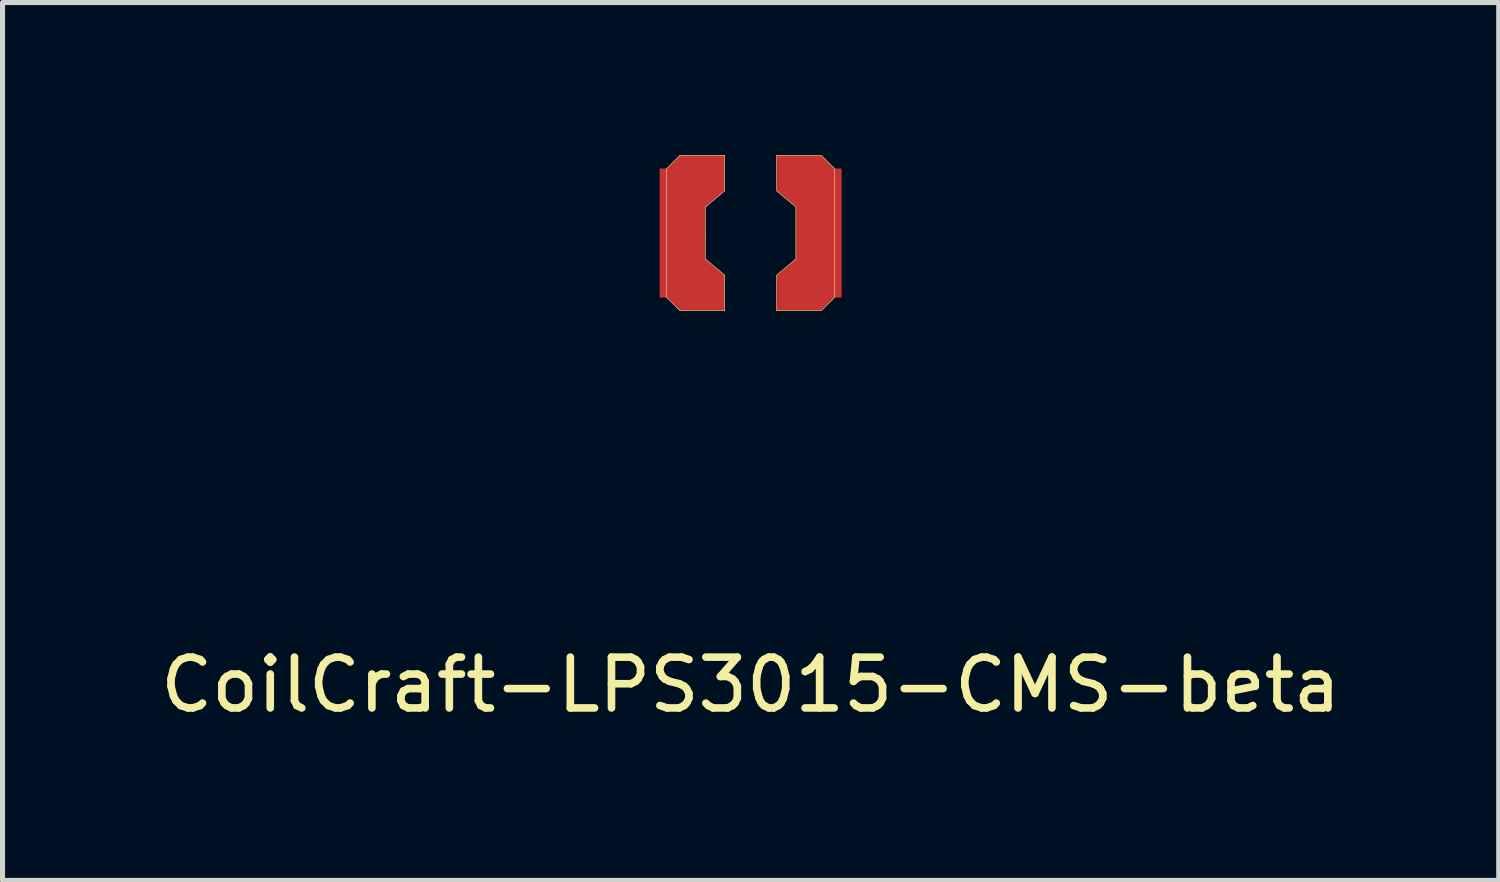
<source format=kicad_pcb>
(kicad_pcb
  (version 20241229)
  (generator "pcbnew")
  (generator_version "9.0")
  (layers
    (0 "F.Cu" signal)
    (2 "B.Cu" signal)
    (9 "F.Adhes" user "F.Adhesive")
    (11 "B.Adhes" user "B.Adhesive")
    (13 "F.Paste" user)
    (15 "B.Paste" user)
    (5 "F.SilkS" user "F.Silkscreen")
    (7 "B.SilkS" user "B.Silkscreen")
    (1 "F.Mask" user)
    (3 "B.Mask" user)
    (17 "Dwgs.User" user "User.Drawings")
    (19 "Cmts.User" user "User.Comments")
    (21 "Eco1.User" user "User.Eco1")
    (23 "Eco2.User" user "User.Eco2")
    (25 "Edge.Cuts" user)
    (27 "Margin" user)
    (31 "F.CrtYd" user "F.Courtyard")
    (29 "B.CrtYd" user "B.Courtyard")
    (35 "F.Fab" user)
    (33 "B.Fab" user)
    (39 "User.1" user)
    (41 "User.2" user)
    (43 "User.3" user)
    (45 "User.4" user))
  (footprint "CoilCraft-LPS3015-CMS-beta"
    (layer "F.Cu")
    (at 11.72 1.535)
    (property "Reference" "CoilCraft-LPS3015-CMS-beta" (at 0 8.89 0) (layer "F.SilkS") (effects (font (size 1 1) (thickness 0.15))))
    (attr through_hole)
    (fp_line (start -1.65 -1.27) (end -1.39 -1.53) (stroke (width 0.01) (type solid)) (layer "F.SilkS"))
    (fp_line (start -1.65 -0.13) (end -1.65 -1.27) (stroke (width 0.01) (type solid)) (layer "F.SilkS"))
    (fp_line (start -1.65 0) (end -1.65 -0.13) (stroke (width 0.01) (type solid)) (layer "F.SilkS"))
    (fp_line (start -1.65 0) (end -1.65 1.27) (stroke (width 0.01) (type solid)) (layer "F.SilkS"))
    (fp_line (start -1.65 1.27) (end -1.39 1.53) (stroke (width 0.01) (type solid)) (layer "F.SilkS"))
    (fp_line (start -1.39 -1.53) (end -0.51 -1.53) (stroke (width 0.01) (type solid)) (layer "F.SilkS"))
    (fp_line (start -0.89 -0.51) (end -0.51 -0.83) (stroke (width 0.01) (type solid)) (layer "F.SilkS"))
    (fp_line (start -0.89 0) (end -0.89 -0.51) (stroke (width 0.01) (type solid)) (layer "F.SilkS"))
    (fp_line (start -0.89 0) (end -0.89 0.51) (stroke (width 0.01) (type solid)) (layer "F.SilkS"))
    (fp_line (start -0.89 0.51) (end -0.51 0.83) (stroke (width 0.01) (type solid)) (layer "F.SilkS"))
    (fp_line (start -0.51 -0.83) (end -0.51 -1.53) (stroke (width 0.01) (type solid)) (layer "F.SilkS"))
    (fp_line (start -0.51 0.83) (end -0.51 1.53) (stroke (width 0.01) (type solid)) (layer "F.SilkS"))
    (fp_line (start -0.51 1.53) (end -1.39 1.53) (stroke (width 0.01) (type solid)) (layer "F.SilkS"))
    (fp_line (start 0.51 -0.83) (end 0.51 -1.53) (stroke (width 0.01) (type solid)) (layer "F.SilkS"))
    (fp_line (start 0.51 0.83) (end 0.51 1.53) (stroke (width 0.01) (type solid)) (layer "F.SilkS"))
    (fp_line (start 0.51 0.83) (end 0.89 0.51) (stroke (width 0.01) (type solid)) (layer "F.SilkS"))
    (fp_line (start 0.89 -0.51) (end 0.51 -0.83) (stroke (width 0.01) (type solid)) (layer "F.SilkS"))
    (fp_line (start 0.89 0) (end 0.89 -0.51) (stroke (width 0.01) (type solid)) (layer "F.SilkS"))
    (fp_line (start 0.89 0) (end 0.89 0.51) (stroke (width 0.01) (type solid)) (layer "F.SilkS"))
    (fp_line (start 1.39 -1.53) (end 0.51 -1.53) (stroke (width 0.01) (type solid)) (layer "F.SilkS"))
    (fp_line (start 1.39 1.53) (end 0.51 1.53) (stroke (width 0.01) (type solid)) (layer "F.SilkS"))
    (fp_line (start 1.65 -1.27) (end 1.39 -1.53) (stroke (width 0.01) (type solid)) (layer "F.SilkS"))
    (fp_line (start 1.65 0) (end 1.65 -1.27) (stroke (width 0.01) (type solid)) (layer "F.SilkS"))
    (fp_line (start 1.65 0) (end 1.65 1.27) (stroke (width 0.01) (type solid)) (layer "F.SilkS"))
    (fp_line (start 1.65 1.27) (end 1.39 1.53) (stroke (width 0.01) (type solid)) (layer "F.SilkS"))
    (pad "1" smd rect (at -1.39 -1.27 45) (size 0.364 0.364) (layers "F.Cu" "F.Mask" "F.Paste"))
    (pad "1" smd rect (at -1.39 1.27 45) (size 0.364 0.364) (layers "F.Cu" "F.Mask" "F.Paste"))
    (pad "1" smd rect (at -1.34 0) (size 0.9 2.54) (layers "F.Cu" "F.Mask" "F.Paste"))
    (pad "1" smd rect (at -0.95 -1.18) (size 0.88 0.7) (layers "F.Cu" "F.Mask" "F.Paste"))
    (pad "1" smd rect (at -0.95 1.18) (size 0.88 0.7) (layers "F.Cu" "F.Mask" "F.Paste"))
    (pad "1" smd rect (at -0.79 -0.76 40.1) (size 0.511 0.25) (layers "F.Cu" "F.Mask" "F.Paste"))
    (pad "1" smd rect (at -0.79 0.76 319.9) (size 0.511 0.25) (layers "F.Cu" "F.Mask" "F.Paste"))
    (pad "2" smd rect (at 0.79 -0.76 319.9) (size 0.511 0.25) (layers "F.Cu" "F.Mask" "F.Paste"))
    (pad "2" smd rect (at 0.79 0.76 40.1) (size 0.511 0.25) (layers "F.Cu" "F.Mask" "F.Paste"))
    (pad "2" smd rect (at 0.95 -1.18) (size 0.88 0.7) (layers "F.Cu" "F.Mask" "F.Paste"))
    (pad "2" smd rect (at 0.95 1.18) (size 0.88 0.7) (layers "F.Cu" "F.Mask" "F.Paste"))
    (pad "2" smd rect (at 1.34 0) (size 0.9 2.54) (layers "F.Cu" "F.Mask" "F.Paste"))
    (pad "2" smd rect (at 1.39 -1.27 45) (size 0.364 0.364) (layers "F.Cu" "F.Mask" "F.Paste"))
    (pad "2" smd rect (at 1.39 1.27 45) (size 0.364 0.364) (layers "F.Cu" "F.Mask" "F.Paste")))
  (gr_rect
    (start -3 -3)
    (end 26.44 14.273)
    (stroke (width 0.1) (type default))
    (fill no)
    (layer "Edge.Cuts")))
</source>
